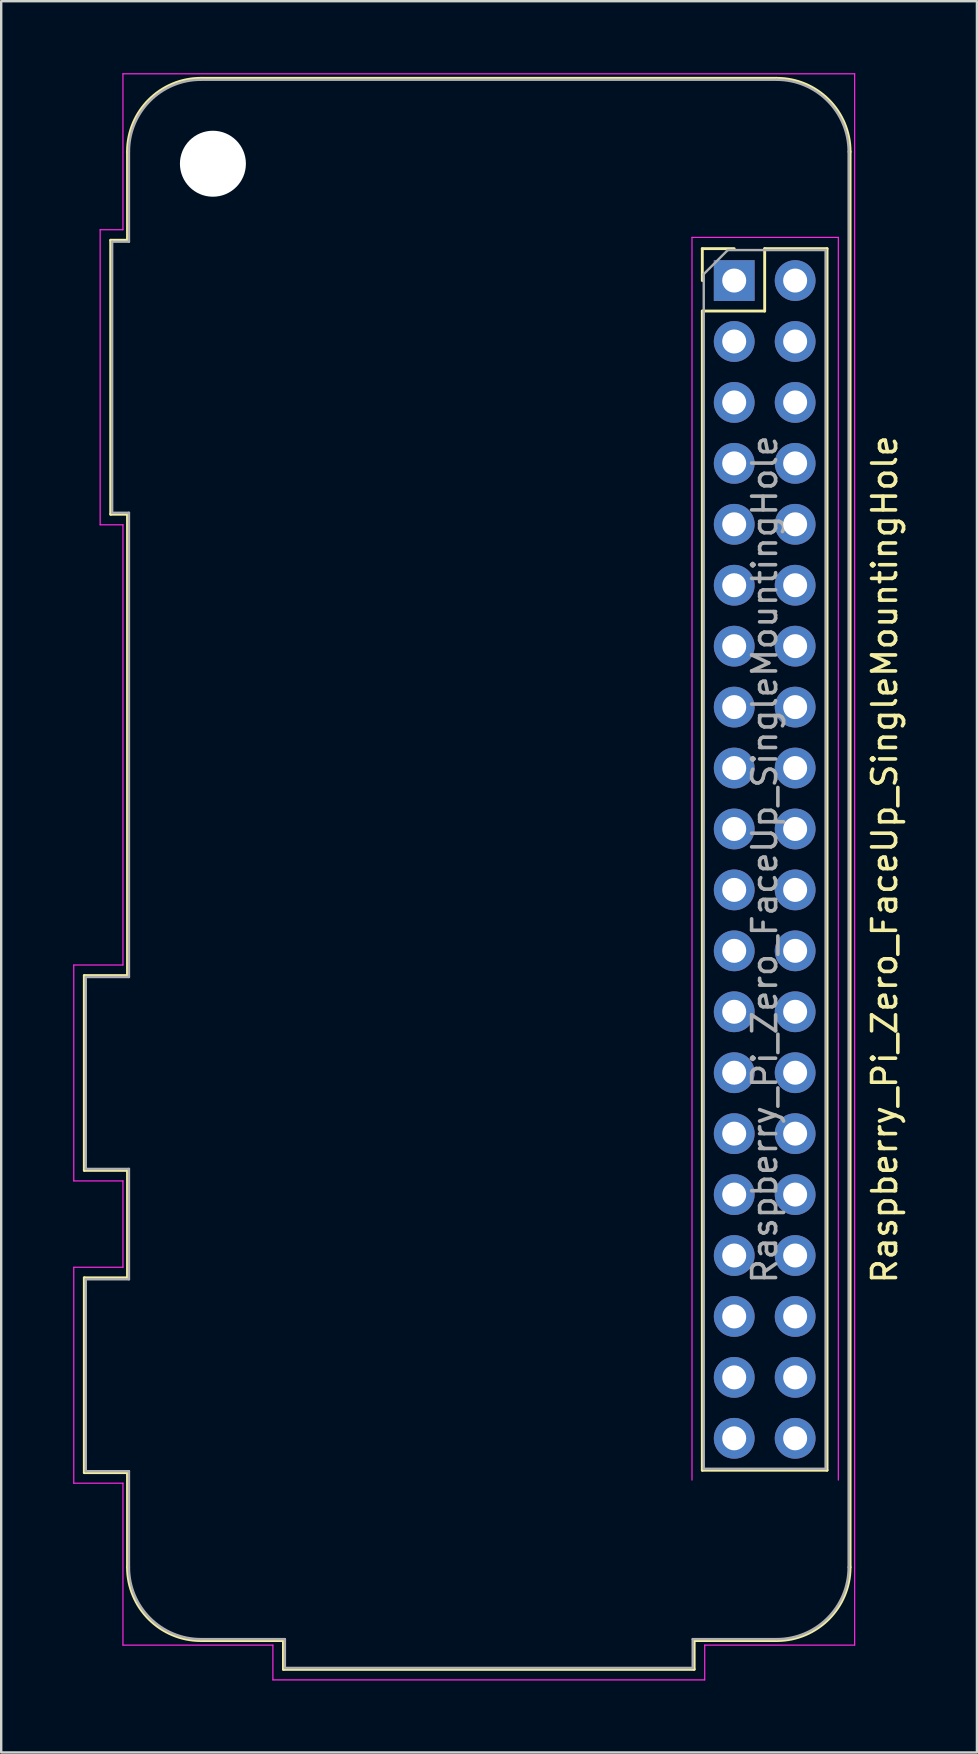
<source format=kicad_pcb>
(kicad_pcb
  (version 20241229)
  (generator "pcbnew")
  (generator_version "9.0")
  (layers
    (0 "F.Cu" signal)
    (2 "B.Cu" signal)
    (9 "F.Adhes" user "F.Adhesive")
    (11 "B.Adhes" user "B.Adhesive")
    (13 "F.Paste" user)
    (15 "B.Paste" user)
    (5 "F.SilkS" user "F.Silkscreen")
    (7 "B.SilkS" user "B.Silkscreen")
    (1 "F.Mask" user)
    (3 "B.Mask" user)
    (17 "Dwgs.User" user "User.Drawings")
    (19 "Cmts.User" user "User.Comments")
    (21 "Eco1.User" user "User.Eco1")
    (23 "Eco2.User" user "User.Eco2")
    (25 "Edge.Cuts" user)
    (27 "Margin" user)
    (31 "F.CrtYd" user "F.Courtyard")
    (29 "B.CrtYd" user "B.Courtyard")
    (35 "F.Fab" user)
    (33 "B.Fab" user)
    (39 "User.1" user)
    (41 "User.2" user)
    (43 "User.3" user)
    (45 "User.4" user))
  (footprint "Raspberry_Pi_Zero_FaceUp_SingleMountingHole"
    (layer "F.Cu")
    (at 27.555 8.645)
    (property "Reference" "Raspberry_Pi_Zero_FaceUp_SingleMountingHole" (at 6.27 24.13 90) (layer "F.SilkS") (effects (font (size 1 1) (thickness 0.15))))
    (attr through_hole)
    (fp_line (start -27.09 28.97) (end -25.29 28.97) (stroke (width 0.12) (type solid)) (layer "F.SilkS"))
    (fp_line (start -27.09 37.09) (end -27.09 28.97) (stroke (width 0.12) (type solid)) (layer "F.SilkS"))
    (fp_line (start -27.09 41.57) (end -25.29 41.57) (stroke (width 0.12) (type solid)) (layer "F.SilkS"))
    (fp_line (start -27.09 49.69) (end -27.09 41.57) (stroke (width 0.12) (type solid)) (layer "F.SilkS"))
    (fp_line (start -25.99 -1.68) (end -25.29 -1.68) (stroke (width 0.12) (type solid)) (layer "F.SilkS"))
    (fp_line (start -25.99 9.74) (end -25.99 -1.68) (stroke (width 0.12) (type solid)) (layer "F.SilkS"))
    (fp_line (start -25.29 -1.68) (end -25.29 -5.37) (stroke (width 0.12) (type solid)) (layer "F.SilkS"))
    (fp_line (start -25.29 9.74) (end -25.99 9.74) (stroke (width 0.12) (type solid)) (layer "F.SilkS"))
    (fp_line (start -25.29 28.97) (end -25.29 9.74) (stroke (width 0.12) (type solid)) (layer "F.SilkS"))
    (fp_line (start -25.29 37.09) (end -27.09 37.09) (stroke (width 0.12) (type solid)) (layer "F.SilkS"))
    (fp_line (start -25.29 41.57) (end -25.29 37.09) (stroke (width 0.12) (type solid)) (layer "F.SilkS"))
    (fp_line (start -25.29 49.69) (end -27.09 49.69) (stroke (width 0.12) (type solid)) (layer "F.SilkS"))
    (fp_line (start -25.29 53.63) (end -25.29 49.69) (stroke (width 0.12) (type solid)) (layer "F.SilkS"))
    (fp_line (start -18.79 56.69) (end -22.23 56.69) (stroke (width 0.12) (type solid)) (layer "F.SilkS"))
    (fp_line (start -18.79 57.89) (end -18.79 56.69) (stroke (width 0.12) (type solid)) (layer "F.SilkS"))
    (fp_line (start -1.67 56.69) (end -1.67 57.89) (stroke (width 0.12) (type solid)) (layer "F.SilkS"))
    (fp_line (start -1.67 56.69) (end 1.77 56.69) (stroke (width 0.12) (type solid)) (layer "F.SilkS"))
    (fp_line (start -1.67 57.89) (end -18.79 57.89) (stroke (width 0.12) (type solid)) (layer "F.SilkS"))
    (fp_line (start -1.33 -1.33) (end -1.33 0) (stroke (width 0.12) (type solid)) (layer "F.SilkS"))
    (fp_line (start -1.33 1.27) (end -1.33 49.59) (stroke (width 0.12) (type solid)) (layer "F.SilkS"))
    (fp_line (start 0 -1.33) (end -1.33 -1.33) (stroke (width 0.12) (type solid)) (layer "F.SilkS"))
    (fp_line (start 1.27 -1.33) (end 1.27 1.27) (stroke (width 0.12) (type solid)) (layer "F.SilkS"))
    (fp_line (start 1.27 1.27) (end -1.33 1.27) (stroke (width 0.12) (type solid)) (layer "F.SilkS"))
    (fp_line (start 1.77 -8.43) (end -22.23 -8.43) (stroke (width 0.12) (type solid)) (layer "F.SilkS"))
    (fp_line (start 3.87 -1.33) (end 1.27 -1.33) (stroke (width 0.12) (type solid)) (layer "F.SilkS"))
    (fp_line (start 3.87 -1.33) (end 3.87 49.59) (stroke (width 0.12) (type solid)) (layer "F.SilkS"))
    (fp_line (start 3.87 49.59) (end -1.33 49.59) (stroke (width 0.12) (type solid)) (layer "F.SilkS"))
    (fp_line (start 4.83 53.63) (end 4.83 -5.37) (stroke (width 0.12) (type solid)) (layer "F.SilkS"))
    (fp_arc (start -25.29 -5.37) (mid -24.393747 -7.533747) (end -22.23 -8.43) (stroke (width 0.12) (type solid)) (layer "F.SilkS"))
    (fp_arc (start -22.23 56.69) (mid -24.393747 55.793747) (end -25.29 53.63) (stroke (width 0.12) (type solid)) (layer "F.SilkS"))
    (fp_arc (start 1.77 -8.43) (mid 3.933747 -7.533747) (end 4.83 -5.37) (stroke (width 0.12) (type solid)) (layer "F.SilkS"))
    (fp_arc (start 4.83 53.63) (mid 3.933747 55.793747) (end 1.77 56.69) (stroke (width 0.12) (type solid)) (layer "F.SilkS"))
    (fp_line (start -27.53 28.53) (end -25.48 28.53) (stroke (width 0.05) (type solid)) (layer "F.CrtYd"))
    (fp_line (start -27.53 37.53) (end -27.53 28.53) (stroke (width 0.05) (type solid)) (layer "F.CrtYd"))
    (fp_line (start -27.53 37.53) (end -25.48 37.53) (stroke (width 0.05) (type solid)) (layer "F.CrtYd"))
    (fp_line (start -27.53 41.13) (end -25.48 41.13) (stroke (width 0.05) (type solid)) (layer "F.CrtYd"))
    (fp_line (start -27.53 50.13) (end -27.53 41.13) (stroke (width 0.05) (type solid)) (layer "F.CrtYd"))
    (fp_line (start -27.53 50.13) (end -25.48 50.13) (stroke (width 0.05) (type solid)) (layer "F.CrtYd"))
    (fp_line (start -26.43 -2.12) (end -26.43 10.18) (stroke (width 0.05) (type solid)) (layer "F.CrtYd"))
    (fp_line (start -26.43 -2.12) (end -25.48 -2.12) (stroke (width 0.05) (type solid)) (layer "F.CrtYd"))
    (fp_line (start -26.43 10.18) (end -25.48 10.18) (stroke (width 0.05) (type solid)) (layer "F.CrtYd"))
    (fp_line (start -25.48 -2.12) (end -25.48 -8.62) (stroke (width 0.05) (type solid)) (layer "F.CrtYd"))
    (fp_line (start -25.48 28.53) (end -25.48 10.18) (stroke (width 0.05) (type solid)) (layer "F.CrtYd"))
    (fp_line (start -25.48 37.53) (end -25.48 41.13) (stroke (width 0.05) (type solid)) (layer "F.CrtYd"))
    (fp_line (start -25.48 50.13) (end -25.48 56.88) (stroke (width 0.05) (type solid)) (layer "F.CrtYd"))
    (fp_line (start -19.23 56.88) (end -25.48 56.88) (stroke (width 0.05) (type solid)) (layer "F.CrtYd"))
    (fp_line (start -19.23 58.33) (end -19.23 56.88) (stroke (width 0.05) (type solid)) (layer "F.CrtYd"))
    (fp_line (start -19.23 58.33) (end -1.23 58.33) (stroke (width 0.05) (type solid)) (layer "F.CrtYd"))
    (fp_line (start -1.76 -1.8) (end -1.76 50) (stroke (width 0.05) (type solid)) (layer "F.CrtYd"))
    (fp_line (start -1.23 58.33) (end -1.23 56.88) (stroke (width 0.05) (type solid)) (layer "F.CrtYd"))
    (fp_line (start 4.34 -1.8) (end -1.76 -1.8) (stroke (width 0.05) (type solid)) (layer "F.CrtYd"))
    (fp_line (start 4.34 50) (end 4.34 -1.8) (stroke (width 0.05) (type solid)) (layer "F.CrtYd"))
    (fp_line (start 5.02 -8.62) (end -25.48 -8.62) (stroke (width 0.05) (type solid)) (layer "F.CrtYd"))
    (fp_line (start 5.02 56.88) (end -1.23 56.88) (stroke (width 0.05) (type solid)) (layer "F.CrtYd"))
    (fp_line (start 5.02 56.88) (end 5.02 -8.62) (stroke (width 0.05) (type solid)) (layer "F.CrtYd"))
    (fp_line (start -27.03 29.03) (end -25.23 29.03) (stroke (width 0.1) (type solid)) (layer "F.Fab"))
    (fp_line (start -27.03 37.03) (end -27.03 29.03) (stroke (width 0.1) (type solid)) (layer "F.Fab"))
    (fp_line (start -27.03 41.63) (end -25.23 41.63) (stroke (width 0.1) (type solid)) (layer "F.Fab"))
    (fp_line (start -27.03 49.63) (end -27.03 41.63) (stroke (width 0.1) (type solid)) (layer "F.Fab"))
    (fp_line (start -25.93 9.68) (end -25.93 -1.62) (stroke (width 0.1) (type solid)) (layer "F.Fab"))
    (fp_line (start -25.23 -1.62) (end -25.93 -1.62) (stroke (width 0.1) (type solid)) (layer "F.Fab"))
    (fp_line (start -25.23 -1.62) (end -25.23 -5.37) (stroke (width 0.1) (type solid)) (layer "F.Fab"))
    (fp_line (start -25.23 9.68) (end -25.93 9.68) (stroke (width 0.1) (type solid)) (layer "F.Fab"))
    (fp_line (start -25.23 29.03) (end -25.23 9.68) (stroke (width 0.1) (type solid)) (layer "F.Fab"))
    (fp_line (start -25.23 37.03) (end -27.03 37.03) (stroke (width 0.1) (type solid)) (layer "F.Fab"))
    (fp_line (start -25.23 41.63) (end -25.23 37.03) (stroke (width 0.1) (type solid)) (layer "F.Fab"))
    (fp_line (start -25.23 49.63) (end -27.03 49.63) (stroke (width 0.1) (type solid)) (layer "F.Fab"))
    (fp_line (start -25.23 49.63) (end -25.23 53.63) (stroke (width 0.1) (type solid)) (layer "F.Fab"))
    (fp_line (start -22.23 56.63) (end -18.73 56.63) (stroke (width 0.1) (type solid)) (layer "F.Fab"))
    (fp_line (start -18.73 56.63) (end -18.73 57.83) (stroke (width 0.1) (type solid)) (layer "F.Fab"))
    (fp_line (start -1.73 56.63) (end -1.73 57.83) (stroke (width 0.1) (type solid)) (layer "F.Fab"))
    (fp_line (start -1.73 57.83) (end -18.73 57.83) (stroke (width 0.1) (type solid)) (layer "F.Fab"))
    (fp_line (start -1.27 -0.27) (end -1.27 49.53) (stroke (width 0.1) (type solid)) (layer "F.Fab"))
    (fp_line (start -1.27 49.53) (end 3.81 49.53) (stroke (width 0.1) (type solid)) (layer "F.Fab"))
    (fp_line (start -0.27 -1.27) (end -1.27 -0.27) (stroke (width 0.1) (type solid)) (layer "F.Fab"))
    (fp_line (start 1.77 -8.37) (end -22.23 -8.37) (stroke (width 0.1) (type solid)) (layer "F.Fab"))
    (fp_line (start 1.77 56.63) (end -1.73 56.63) (stroke (width 0.1) (type solid)) (layer "F.Fab"))
    (fp_line (start 3.81 -1.27) (end -0.27 -1.27) (stroke (width 0.1) (type solid)) (layer "F.Fab"))
    (fp_line (start 3.81 49.53) (end 3.81 -1.27) (stroke (width 0.1) (type solid)) (layer "F.Fab"))
    (fp_line (start 4.77 53.63) (end 4.77 -5.37) (stroke (width 0.1) (type solid)) (layer "F.Fab"))
    (fp_arc (start -25.23 -5.37) (mid -24.35132 -7.49132) (end -22.23 -8.37) (stroke (width 0.1) (type solid)) (layer "F.Fab"))
    (fp_arc (start -22.23 56.63) (mid -24.35132 55.75132) (end -25.23 53.63) (stroke (width 0.1) (type solid)) (layer "F.Fab"))
    (fp_arc (start 1.77 -8.37) (mid 3.89132 -7.49132) (end 4.77 -5.37) (stroke (width 0.1) (type solid)) (layer "F.Fab"))
    (fp_arc (start 4.77 53.63) (mid 3.89132 55.75132) (end 1.77 56.63) (stroke (width 0.1) (type solid)) (layer "F.Fab"))
    (fp_text user "${REFERENCE}" (at 1.27 24.13 90) (layer "F.Fab") (effects (font (size 1 1) (thickness 0.15))))
    (pad "" np_thru_hole circle (at -21.73 -4.87 270) (size 2.75 2.75) (drill 2.75) (layers "*.Cu" "*.Mask"))
    (pad "1" thru_hole rect (at 0 0) (size 1.7 1.7) (drill 1) (layers "*.Cu" "*.Mask"))
    (pad "2" thru_hole oval (at 2.54 0) (size 1.7 1.7) (drill 1) (layers "*.Cu" "*.Mask"))
    (pad "3" thru_hole oval (at 0 2.54) (size 1.7 1.7) (drill 1) (layers "*.Cu" "*.Mask"))
    (pad "4" thru_hole oval (at 2.54 2.54) (size 1.7 1.7) (drill 1) (layers "*.Cu" "*.Mask"))
    (pad "5" thru_hole oval (at 0 5.08) (size 1.7 1.7) (drill 1) (layers "*.Cu" "*.Mask"))
    (pad "6" thru_hole oval (at 2.54 5.08) (size 1.7 1.7) (drill 1) (layers "*.Cu" "*.Mask"))
    (pad "7" thru_hole oval (at 0 7.62) (size 1.7 1.7) (drill 1) (layers "*.Cu" "*.Mask"))
    (pad "8" thru_hole oval (at 2.54 7.62) (size 1.7 1.7) (drill 1) (layers "*.Cu" "*.Mask"))
    (pad "9" thru_hole oval (at 0 10.16) (size 1.7 1.7) (drill 1) (layers "*.Cu" "*.Mask"))
    (pad "10" thru_hole oval (at 2.54 10.16) (size 1.7 1.7) (drill 1) (layers "*.Cu" "*.Mask"))
    (pad "11" thru_hole oval (at 0 12.7) (size 1.7 1.7) (drill 1) (layers "*.Cu" "*.Mask"))
    (pad "12" thru_hole oval (at 2.54 12.7) (size 1.7 1.7) (drill 1) (layers "*.Cu" "*.Mask"))
    (pad "13" thru_hole oval (at 0 15.24) (size 1.7 1.7) (drill 1) (layers "*.Cu" "*.Mask"))
    (pad "14" thru_hole oval (at 2.54 15.24) (size 1.7 1.7) (drill 1) (layers "*.Cu" "*.Mask"))
    (pad "15" thru_hole oval (at 0 17.78) (size 1.7 1.7) (drill 1) (layers "*.Cu" "*.Mask"))
    (pad "16" thru_hole oval (at 2.54 17.78) (size 1.7 1.7) (drill 1) (layers "*.Cu" "*.Mask"))
    (pad "17" thru_hole oval (at 0 20.32) (size 1.7 1.7) (drill 1) (layers "*.Cu" "*.Mask"))
    (pad "18" thru_hole oval (at 2.54 20.32) (size 1.7 1.7) (drill 1) (layers "*.Cu" "*.Mask"))
    (pad "19" thru_hole oval (at 0 22.86) (size 1.7 1.7) (drill 1) (layers "*.Cu" "*.Mask"))
    (pad "20" thru_hole oval (at 2.54 22.86) (size 1.7 1.7) (drill 1) (layers "*.Cu" "*.Mask"))
    (pad "21" thru_hole oval (at 0 25.4) (size 1.7 1.7) (drill 1) (layers "*.Cu" "*.Mask"))
    (pad "22" thru_hole oval (at 2.54 25.4) (size 1.7 1.7) (drill 1) (layers "*.Cu" "*.Mask"))
    (pad "23" thru_hole oval (at 0 27.94) (size 1.7 1.7) (drill 1) (layers "*.Cu" "*.Mask"))
    (pad "24" thru_hole oval (at 2.54 27.94) (size 1.7 1.7) (drill 1) (layers "*.Cu" "*.Mask"))
    (pad "25" thru_hole oval (at 0 30.48) (size 1.7 1.7) (drill 1) (layers "*.Cu" "*.Mask"))
    (pad "26" thru_hole oval (at 2.54 30.48) (size 1.7 1.7) (drill 1) (layers "*.Cu" "*.Mask"))
    (pad "27" thru_hole oval (at 0 33.02) (size 1.7 1.7) (drill 1) (layers "*.Cu" "*.Mask"))
    (pad "28" thru_hole oval (at 2.54 33.02) (size 1.7 1.7) (drill 1) (layers "*.Cu" "*.Mask"))
    (pad "29" thru_hole oval (at 0 35.56) (size 1.7 1.7) (drill 1) (layers "*.Cu" "*.Mask"))
    (pad "30" thru_hole oval (at 2.54 35.56) (size 1.7 1.7) (drill 1) (layers "*.Cu" "*.Mask"))
    (pad "31" thru_hole oval (at 0 38.1) (size 1.7 1.7) (drill 1) (layers "*.Cu" "*.Mask"))
    (pad "32" thru_hole oval (at 2.54 38.1) (size 1.7 1.7) (drill 1) (layers "*.Cu" "*.Mask"))
    (pad "33" thru_hole oval (at 0 40.64) (size 1.7 1.7) (drill 1) (layers "*.Cu" "*.Mask"))
    (pad "34" thru_hole oval (at 2.54 40.64) (size 1.7 1.7) (drill 1) (layers "*.Cu" "*.Mask"))
    (pad "35" thru_hole oval (at 0 43.18) (size 1.7 1.7) (drill 1) (layers "*.Cu" "*.Mask"))
    (pad "36" thru_hole oval (at 2.54 43.18) (size 1.7 1.7) (drill 1) (layers "*.Cu" "*.Mask"))
    (pad "37" thru_hole oval (at 0 45.72) (size 1.7 1.7) (drill 1) (layers "*.Cu" "*.Mask"))
    (pad "38" thru_hole oval (at 2.54 45.72) (size 1.7 1.7) (drill 1) (layers "*.Cu" "*.Mask"))
    (pad "39" thru_hole oval (at 0 48.26) (size 1.7 1.7) (drill 1) (layers "*.Cu" "*.Mask"))
    (pad "40" thru_hole oval (at 2.54 48.26) (size 1.7 1.7) (drill 1) (layers "*.Cu" "*.Mask")))
  (gr_rect
    (start -3 -3)
    (end 37.673 70)
    (stroke (width 0.1) (type default))
    (fill no)
    (layer "Edge.Cuts")))
</source>
